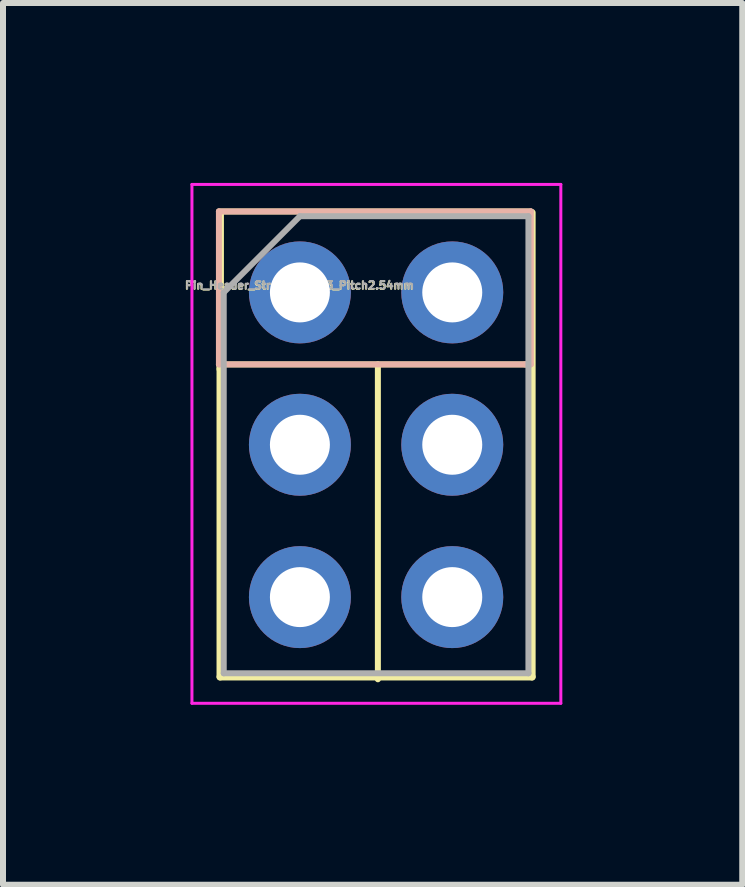
<source format=kicad_pcb>
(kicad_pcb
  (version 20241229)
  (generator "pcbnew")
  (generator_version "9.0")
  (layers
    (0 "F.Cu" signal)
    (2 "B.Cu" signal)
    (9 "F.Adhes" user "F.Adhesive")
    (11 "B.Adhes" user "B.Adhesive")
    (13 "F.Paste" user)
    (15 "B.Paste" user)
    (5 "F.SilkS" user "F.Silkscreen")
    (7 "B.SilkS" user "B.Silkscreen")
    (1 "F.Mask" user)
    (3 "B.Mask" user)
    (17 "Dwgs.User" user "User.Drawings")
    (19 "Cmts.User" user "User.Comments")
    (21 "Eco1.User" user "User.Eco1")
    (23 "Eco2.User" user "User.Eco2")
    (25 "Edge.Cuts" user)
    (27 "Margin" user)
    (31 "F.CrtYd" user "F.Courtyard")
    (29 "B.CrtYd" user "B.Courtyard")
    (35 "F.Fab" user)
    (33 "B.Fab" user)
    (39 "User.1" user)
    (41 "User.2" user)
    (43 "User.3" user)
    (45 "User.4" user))
  (footprint "Pin_Header_Straight_2x03_Pitch2.54mm"
    (layer "F.Cu")
    (at 1.95 1.825)
    (property "Reference" "Pin_Header_Straight_2x03_Pitch2.54mm" (at -0.01 -0.115 0) (layer "F.SilkS") (effects (font (size 0.127 0.127) (thickness 0.032))))
    (attr through_hole)
    (fp_line (start -1.35 -1.35) (end 3.85 -1.35) (stroke (width 0.1) (type solid)) (layer "F.SilkS"))
    (fp_line (start -1.35 1.2) (end 3.85 1.2) (stroke (width 0.1) (type solid)) (layer "F.SilkS"))
    (fp_line (start -1.33 0) (end -1.33 -1.33) (stroke (width 0.12) (type solid)) (layer "F.SilkS"))
    (fp_line (start -1.33 1.27) (end -1.33 6.41) (stroke (width 0.12) (type solid)) (layer "F.SilkS"))
    (fp_line (start -1.33 1.281) (end -1.33 -1.319) (stroke (width 0.12) (type solid)) (layer "F.SilkS"))
    (fp_line (start -1.33 6.41) (end 3.87 6.41) (stroke (width 0.12) (type solid)) (layer "F.SilkS"))
    (fp_line (start 1.3 1.2) (end 1.3 6.45) (stroke (width 0.1) (type solid)) (layer "F.SilkS"))
    (fp_line (start 3.87 -1.33) (end 3.87 6.41) (stroke (width 0.12) (type solid)) (layer "F.SilkS"))
    (fp_line (start -1.35 -1.35) (end 3.85 -1.35) (stroke (width 0.1) (type solid)) (layer "B.SilkS"))
    (fp_line (start -1.35 1.2) (end -1.35 -1.35) (stroke (width 0.1) (type solid)) (layer "B.SilkS"))
    (fp_line (start 3.8 1.2) (end -1.35 1.2) (stroke (width 0.1) (type solid)) (layer "B.SilkS"))
    (fp_line (start 3.85 -1.35) (end 3.85 1.2) (stroke (width 0.1) (type solid)) (layer "B.SilkS"))
    (fp_line (start 3.85 1.2) (end 3.75 1.2) (stroke (width 0.1) (type solid)) (layer "B.SilkS"))
    (fp_line (start -1.8 -1.8) (end -1.8 6.85) (stroke (width 0.05) (type solid)) (layer "F.CrtYd"))
    (fp_line (start -1.8 6.85) (end 4.35 6.85) (stroke (width 0.05) (type solid)) (layer "F.CrtYd"))
    (fp_line (start 4.35 -1.8) (end -1.8 -1.8) (stroke (width 0.05) (type solid)) (layer "F.CrtYd"))
    (fp_line (start 4.35 6.85) (end 4.35 -1.8) (stroke (width 0.05) (type solid)) (layer "F.CrtYd"))
    (fp_line (start -1.27 0) (end 0 -1.27) (stroke (width 0.1) (type solid)) (layer "F.Fab"))
    (fp_line (start -1.27 6.35) (end -1.27 0) (stroke (width 0.1) (type solid)) (layer "F.Fab"))
    (fp_line (start 0 -1.27) (end 3.81 -1.27) (stroke (width 0.1) (type solid)) (layer "F.Fab"))
    (fp_line (start 3.81 -1.27) (end 3.81 6.35) (stroke (width 0.1) (type solid)) (layer "F.Fab"))
    (fp_line (start 3.81 6.35) (end -1.27 6.35) (stroke (width 0.1) (type solid)) (layer "F.Fab"))
    (fp_text user "${REFERENCE}" (at -0.004 -0.12 0) (layer "F.Fab") (effects (font (size 0.127 0.127) (thickness 0.032))))
    (pad "1" thru_hole circle (at 0 0) (size 1.7 1.7) (drill 1) (layers "*.Cu" "*.Mask"))
    (pad "2" thru_hole oval (at 2.54 0) (size 1.7 1.7) (drill 1) (layers "*.Cu" "*.Mask"))
    (pad "3" thru_hole oval (at 0 2.54) (size 1.7 1.7) (drill 1) (layers "*.Cu" "*.Mask"))
    (pad "4" thru_hole oval (at 2.54 2.54) (size 1.7 1.7) (drill 1) (layers "*.Cu" "*.Mask"))
    (pad "5" thru_hole oval (at 0 5.08) (size 1.7 1.7) (drill 1) (layers "*.Cu" "*.Mask"))
    (pad "6" thru_hole oval (at 2.54 5.08) (size 1.7 1.7) (drill 1) (layers "*.Cu" "*.Mask")))
  (gr_rect
    (start -3 -3)
    (end 9.325 11.7)
    (stroke (width 0.1) (type default))
    (fill no)
    (layer "Edge.Cuts")))
</source>
